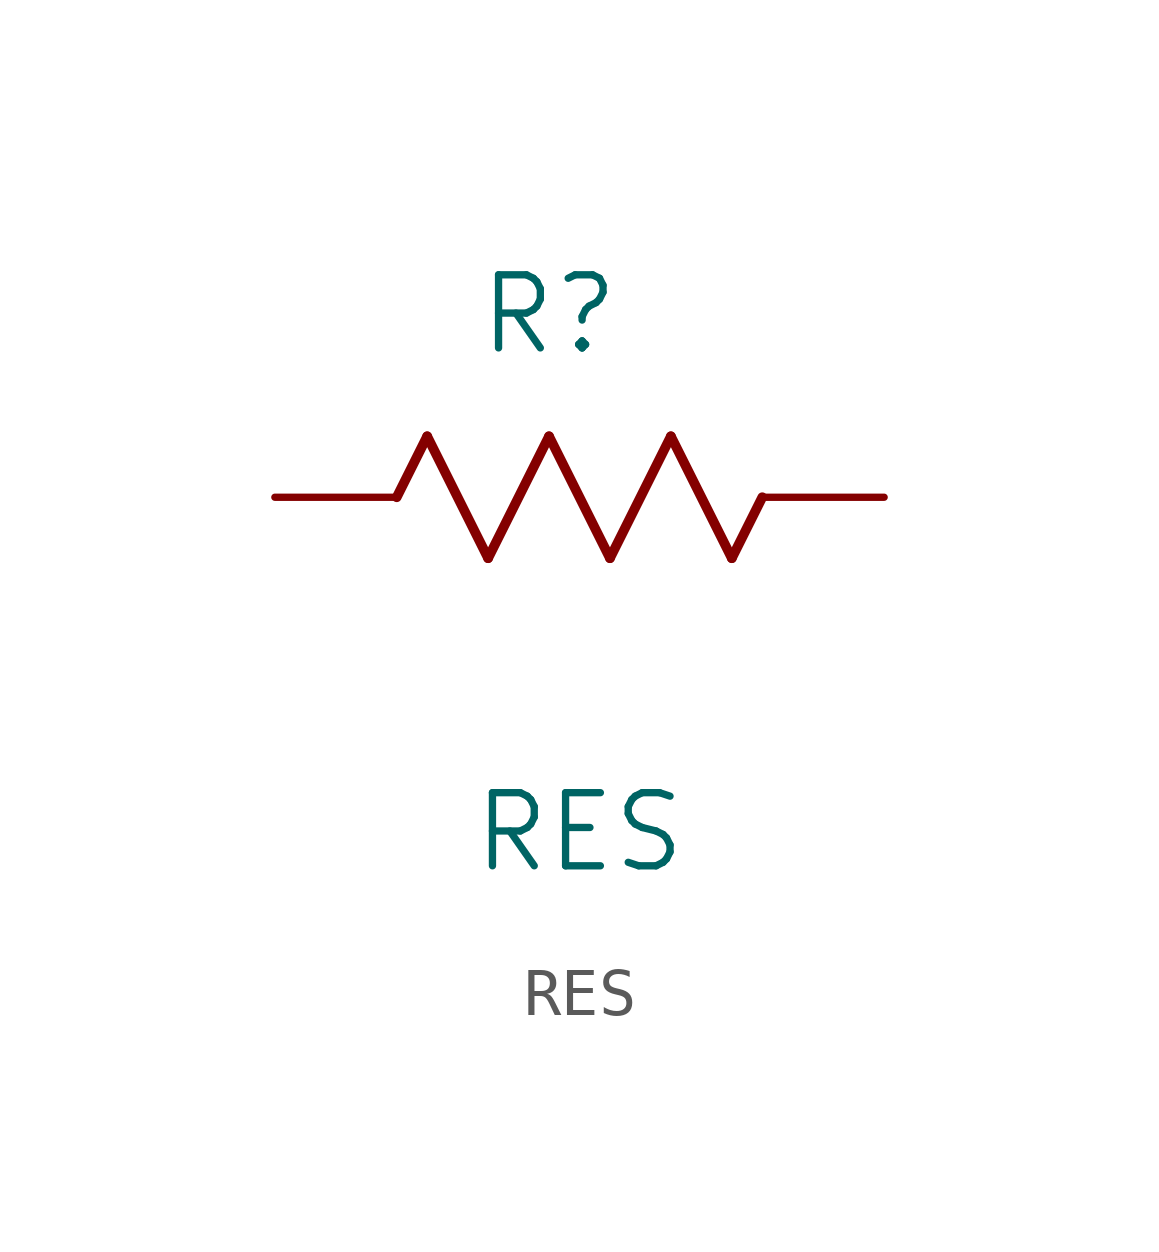
<source format=kicad_sym>
(kicad_symbol_lib
  (version 20220914)
  (generator kicad_symbol_editor)
  (symbol "RES"
    (pin_numbers hide)
    (pin_names
      (offset -2.54) hide)
    (property "Reference" "R"
      (at 5.715 3.81 0)
      (effects (font (size 1.524 1.524))))
    (property "Value" "RES"
      (at 6.35 -6.985 0)
      (effects (font (size 1.524 1.524))))
    (property "Datasheet" ""
      (at 0 0 0)
      (effects (font (size 1.524 1.524))))
    (symbol "RES_1_1"
      (polyline (pts (xy 2.54 0) (xy 3.175 1.27)) (stroke (width 0.203) (type solid)) (fill (type none)))
      (polyline (pts (xy 3.175 1.27) (xy 4.445 -1.27)) (stroke (width 0.203) (type solid)) (fill (type none)))
      (polyline (pts (xy 4.445 -1.27) (xy 5.715 1.27)) (stroke (width 0.203) (type solid)) (fill (type none)))
      (polyline (pts (xy 5.715 1.27) (xy 6.985 -1.27)) (stroke (width 0.203) (type solid)) (fill (type none)))
      (polyline (pts (xy 6.985 -1.27) (xy 8.255 1.27)) (stroke (width 0.203) (type solid)) (fill (type none)))
      (polyline (pts (xy 8.255 1.27) (xy 9.525 -1.27)) (stroke (width 0.203) (type solid)) (fill (type none)))
      (polyline (pts (xy 9.525 -1.27) (xy 10.16 0)) (stroke (width 0.203) (type solid)) (fill (type none)))
      (pin unspecified line (at 0 0 0) (length 2.54) (name "1" (effects (font (size 1.499 1.499)))) (number "1" (effects (font (size 1.499 1.499)))))
      (pin unspecified line (at 12.7 0 180) (length 2.54) (name "2" (effects (font (size 1.499 1.499)))) (number "2" (effects (font (size 1.499 1.499))))))))
</source>
